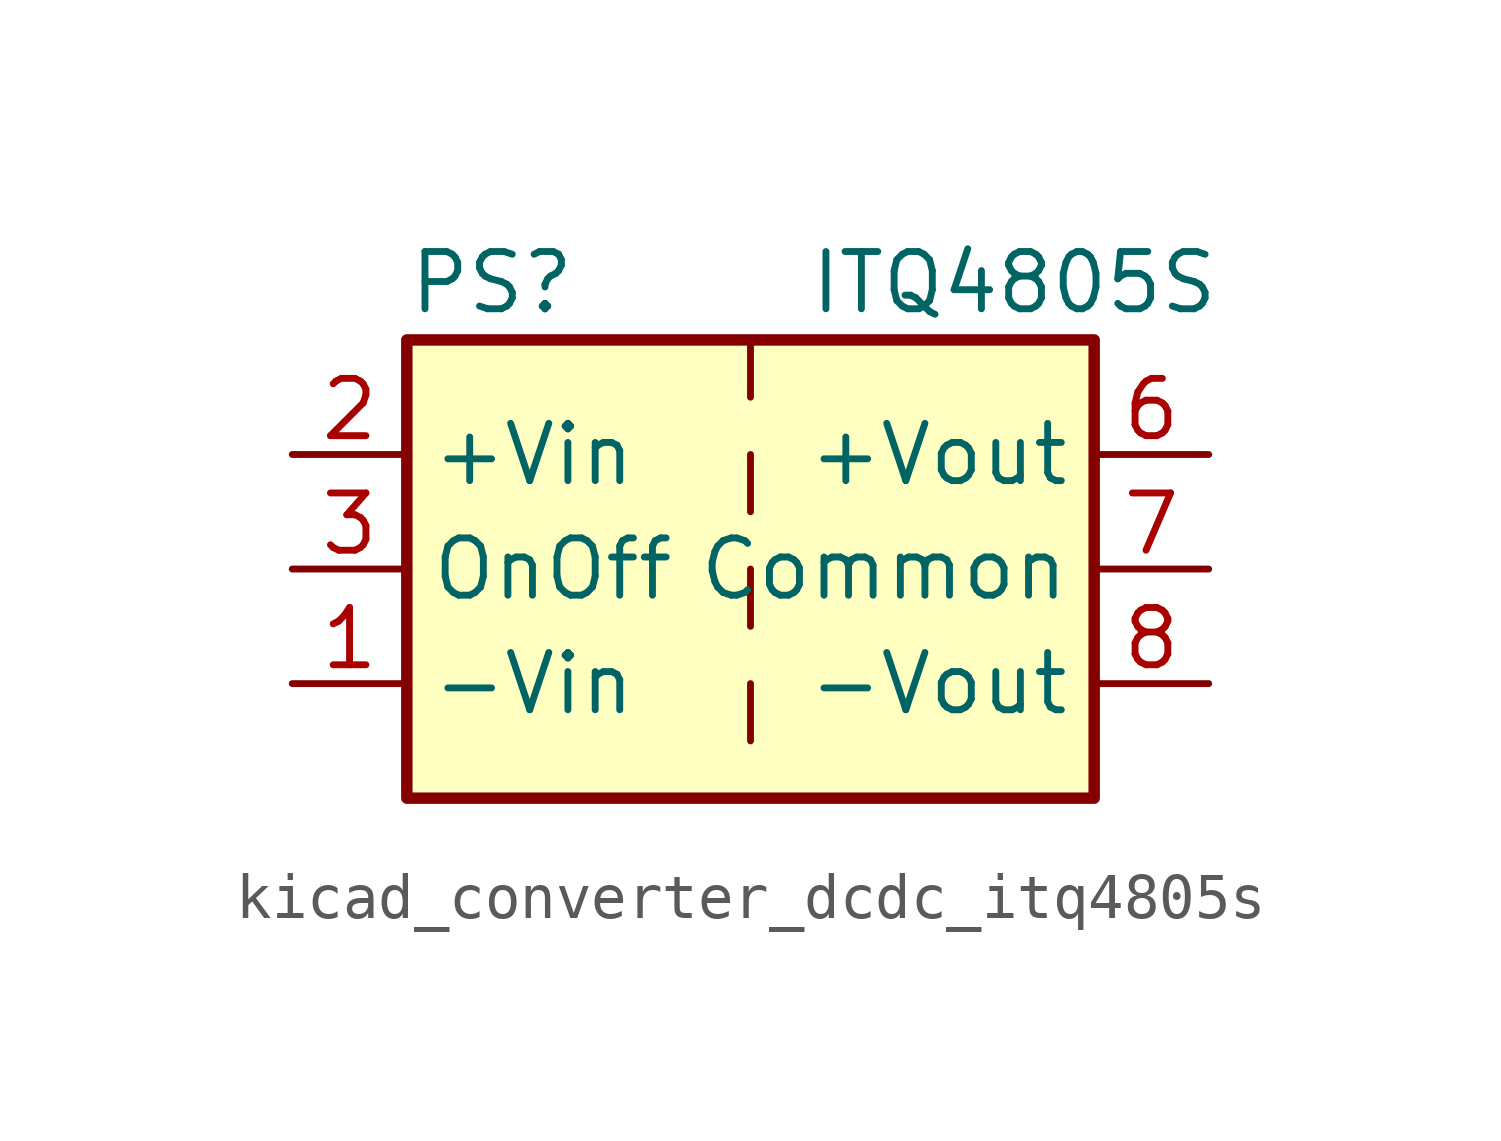
<source format=kicad_sym>
(kicad_symbol_lib
  (version 20220914)
  (generator kicad_symbol_editor)
  (symbol "kicad_converter_dcdc_itq4805s"
    (property "Reference" "PS"
      (at -7.62 6.35 0)
      (effects (font (size 1.27 1.27)) (justify left)))
    (property "Value" "ITQ4805S"
      (at 1.27 6.35 0)
      (effects (font (size 1.27 1.27)) (justify left)))
    (symbol "kicad_converter_dcdc_itq4805s_0_0"
      (pin power_in line (at -10.16 -2.54 0) (length 2.54) (name "-Vin" (effects (font (size 1.27 1.27)))) (number "1" (effects (font (size 1.27 1.27)))))
      (pin power_in line (at -10.16 2.54 0) (length 2.54) (name "+Vin" (effects (font (size 1.27 1.27)))) (number "2" (effects (font (size 1.27 1.27)))))
      (pin input line (at -10.16 0 0) (length 2.54) (name "OnOff" (effects (font (size 1.27 1.27)))) (number "3" (effects (font (size 1.27 1.27)))))
      (pin no_connect line (at 0 5.08 270) (length 2.54) hide (name "NC" (effects (font (size 1.27 1.27)))) (number "5" (effects (font (size 1.27 1.27)))))
      (pin power_out line (at 10.16 2.54 180) (length 2.54) (name "+Vout" (effects (font (size 1.27 1.27)))) (number "6" (effects (font (size 1.27 1.27)))))
      (pin power_out line (at 10.16 0 180) (length 2.54) (name "Common" (effects (font (size 1.27 1.27)))) (number "7" (effects (font (size 1.27 1.27)))))
      (pin power_out line (at 10.16 -2.54 180) (length 2.54) (name "-Vout" (effects (font (size 1.27 1.27)))) (number "8" (effects (font (size 1.27 1.27))))))
    (symbol "kicad_converter_dcdc_itq4805s_0_1"
      (rectangle (start -7.62 5.08) (end 7.62 -5.08) (stroke (width 0.254) (type default)) (fill (type background)))
      (polyline (pts (xy 0 -2.54) (xy 0 -3.81)) (stroke (width 0) (type default)) (fill (type none)))
      (polyline (pts (xy 0 0) (xy 0 -1.27)) (stroke (width 0) (type default)) (fill (type none)))
      (polyline (pts (xy 0 2.54) (xy 0 1.27)) (stroke (width 0) (type default)) (fill (type none)))
      (polyline (pts (xy 0 5.08) (xy 0 3.81)) (stroke (width 0) (type default)) (fill (type none))))))
</source>
